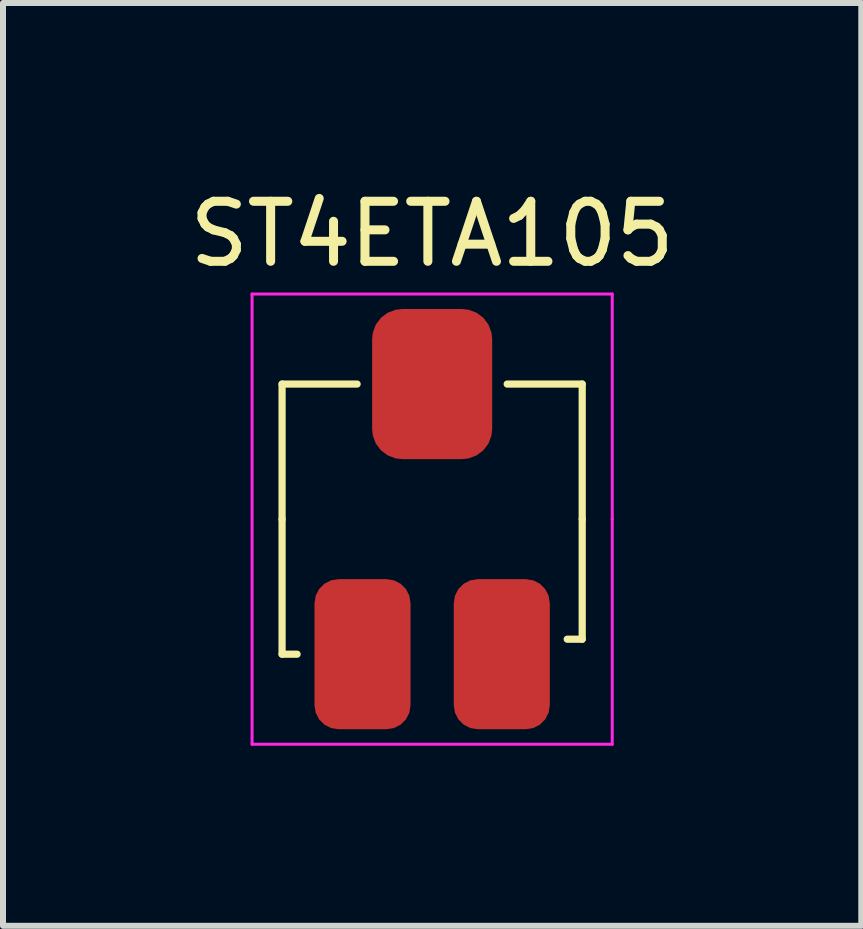
<source format=kicad_pcb>
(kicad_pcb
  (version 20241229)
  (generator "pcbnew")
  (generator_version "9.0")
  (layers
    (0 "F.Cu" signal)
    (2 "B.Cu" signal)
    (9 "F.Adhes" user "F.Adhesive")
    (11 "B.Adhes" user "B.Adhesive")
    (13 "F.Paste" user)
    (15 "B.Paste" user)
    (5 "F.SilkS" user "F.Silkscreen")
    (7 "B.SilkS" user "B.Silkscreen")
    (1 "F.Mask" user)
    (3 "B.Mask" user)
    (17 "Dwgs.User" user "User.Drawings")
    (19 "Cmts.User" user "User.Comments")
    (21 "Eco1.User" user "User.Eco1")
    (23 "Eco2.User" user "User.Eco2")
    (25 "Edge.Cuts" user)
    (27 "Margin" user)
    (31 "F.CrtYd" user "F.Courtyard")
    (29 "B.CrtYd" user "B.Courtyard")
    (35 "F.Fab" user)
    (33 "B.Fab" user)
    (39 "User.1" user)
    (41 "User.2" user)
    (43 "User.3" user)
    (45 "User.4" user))
  (footprint "ST4ETA105"
    (layer "F.Cu")
    (at 4.149 5.598)
    (property "Reference" "ST4ETA105" (at 0 -4.75 0) (unlocked yes) (layer "F.SilkS") (effects (font (size 1 1) (thickness 0.15))))
    (attr smd)
    (fp_line (start -2.5 -2.25) (end -1.25 -2.25) (stroke (width 0.12) (type solid)) (layer "F.SilkS"))
    (fp_line (start -2.5 0) (end -2.5 -2.25) (stroke (width 0.12) (type solid)) (layer "F.SilkS"))
    (fp_line (start -2.5 0) (end -2.5 2.25) (stroke (width 0.12) (type solid)) (layer "F.SilkS"))
    (fp_line (start -2.5 2.25) (end -2.25 2.25) (stroke (width 0.12) (type solid)) (layer "F.SilkS"))
    (fp_line (start 2.5 -2.25) (end 1.25 -2.25) (stroke (width 0.12) (type solid)) (layer "F.SilkS"))
    (fp_line (start 2.5 0) (end 2.5 -2.25) (stroke (width 0.12) (type solid)) (layer "F.SilkS"))
    (fp_line (start 2.5 0) (end 2.5 2) (stroke (width 0.12) (type solid)) (layer "F.SilkS"))
    (fp_line (start 2.5 2) (end 2.25 2) (stroke (width 0.12) (type solid)) (layer "F.SilkS"))
    (fp_line (start -3 -3.75) (end -3 3.75) (stroke (width 0.05) (type solid)) (layer "F.CrtYd"))
    (fp_line (start -3 3.75) (end 3 3.75) (stroke (width 0.05) (type solid)) (layer "F.CrtYd"))
    (fp_line (start 3 -3.75) (end -3 -3.75) (stroke (width 0.05) (type solid)) (layer "F.CrtYd"))
    (fp_line (start 3 0) (end 3 -3.75) (stroke (width 0.05) (type solid)) (layer "F.CrtYd"))
    (fp_line (start 3 3.75) (end 3 0) (stroke (width 0.05) (type solid)) (layer "F.CrtYd"))
    (pad "1" smd roundrect (at 1.16 2.25 180) (size 1.6 2.5) (layers "F.Cu" "F.Mask" "F.Paste") (roundrect_rratio 0.25))
    (pad "2" smd roundrect (at 0 -2.25) (size 2 2.5) (layers "F.Cu" "F.Mask" "F.Paste") (roundrect_rratio 0.25))
    (pad "3" smd roundrect (at -1.16 2.25) (size 1.6 2.5) (layers "F.Cu" "F.Mask" "F.Paste") (roundrect_rratio 0.25)))
  (gr_rect
    (start -3 -3)
    (end 11.298 12.373)
    (stroke (width 0.1) (type default))
    (fill no)
    (layer "Edge.Cuts")))
</source>
